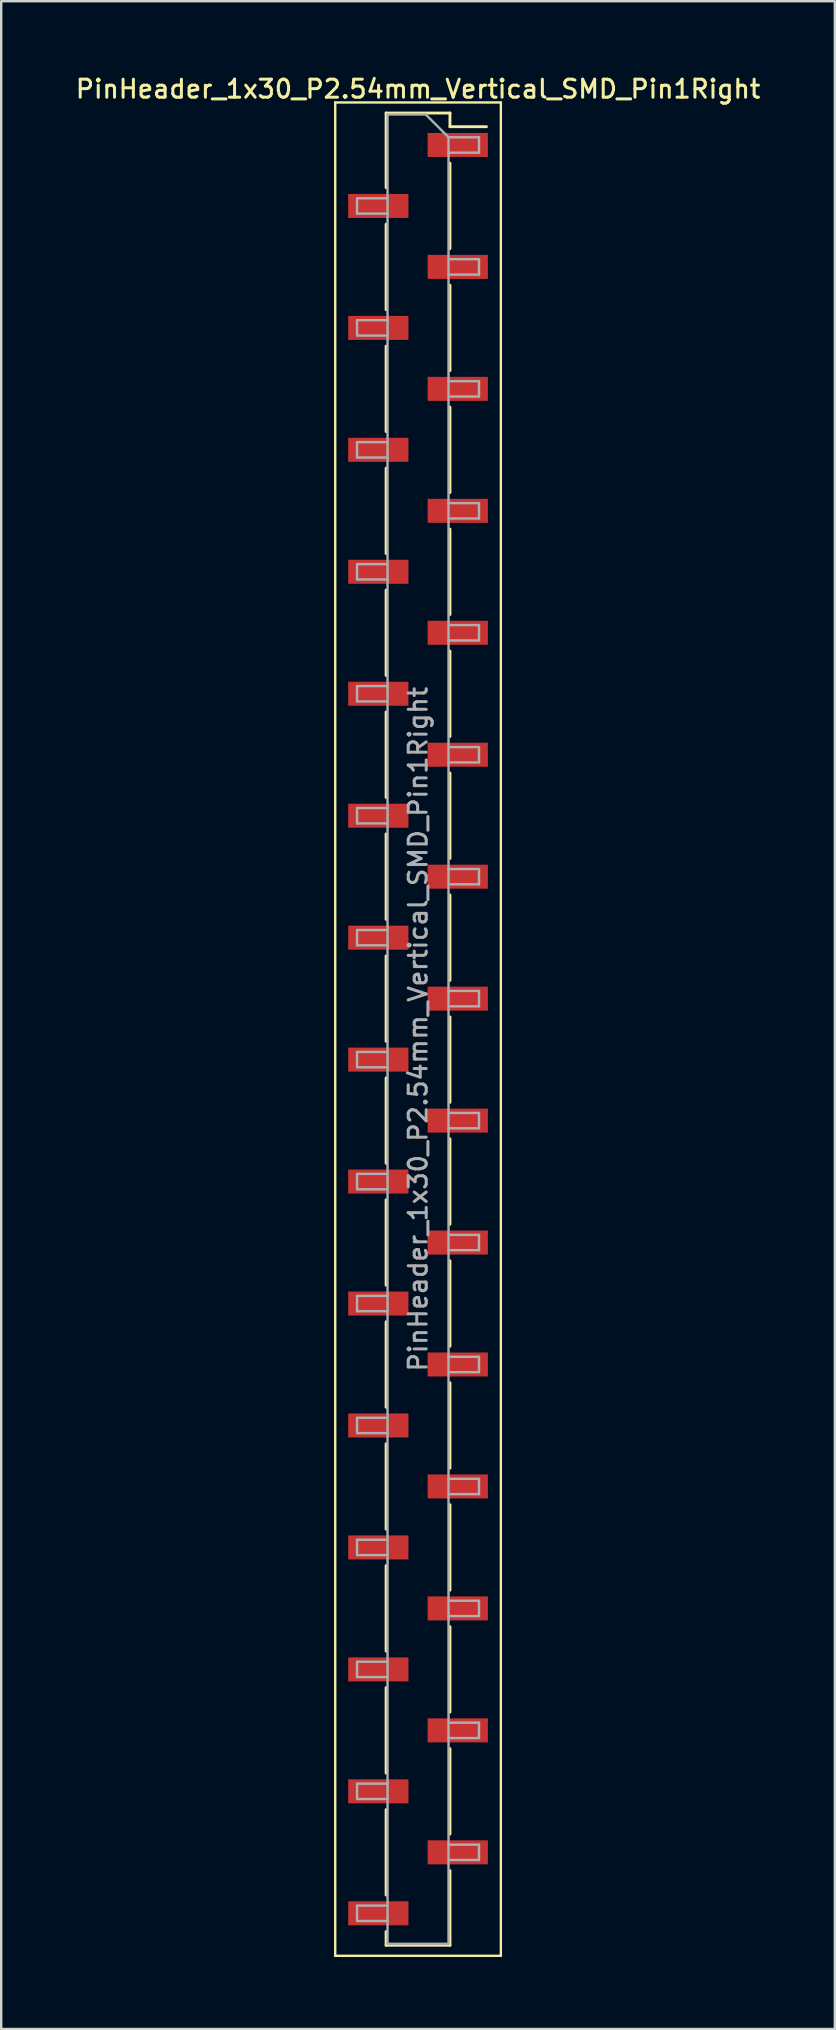
<source format=kicad_pcb>
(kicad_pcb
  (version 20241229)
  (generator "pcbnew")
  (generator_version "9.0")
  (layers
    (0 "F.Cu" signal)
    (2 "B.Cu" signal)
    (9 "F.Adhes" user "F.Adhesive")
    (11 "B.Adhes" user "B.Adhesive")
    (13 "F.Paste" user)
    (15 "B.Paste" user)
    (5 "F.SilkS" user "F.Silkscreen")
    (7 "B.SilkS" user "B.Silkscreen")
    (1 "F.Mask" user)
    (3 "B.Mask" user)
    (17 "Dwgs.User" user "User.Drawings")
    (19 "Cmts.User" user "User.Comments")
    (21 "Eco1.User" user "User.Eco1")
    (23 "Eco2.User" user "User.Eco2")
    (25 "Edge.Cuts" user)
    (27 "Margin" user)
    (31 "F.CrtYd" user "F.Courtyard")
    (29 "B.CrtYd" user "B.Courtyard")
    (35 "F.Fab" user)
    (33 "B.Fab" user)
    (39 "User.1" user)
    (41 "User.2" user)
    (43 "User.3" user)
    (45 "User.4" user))
  (footprint "PinHeader_1x30_P2.54mm_Vertical_SMD_Pin1Right"
    (layer "F.Cu")
    (at 14.363 39.818)
    (property "Reference" "PinHeader_1x30_P2.54mm_Vertical_SMD_Pin1Right" (at 0 -39.16 0) (layer "F.SilkS") (effects (font (size 0.75 0.75) (thickness 0.125))))
    (attr smd)
    (fp_line (start -3.45 -38.6) (end -3.45 38.6) (stroke (width 0.1) (type solid)) (layer "F.SilkS"))
    (fp_line (start -3.45 38.6) (end 3.45 38.6) (stroke (width 0.1) (type solid)) (layer "F.SilkS"))
    (fp_line (start -1.33 -38.16) (end -1.33 -35.05) (stroke (width 0.12) (type solid)) (layer "F.SilkS"))
    (fp_line (start -1.33 -38.16) (end 1.33 -38.16) (stroke (width 0.12) (type solid)) (layer "F.SilkS"))
    (fp_line (start -1.33 -33.53) (end -1.33 -29.97) (stroke (width 0.12) (type solid)) (layer "F.SilkS"))
    (fp_line (start -1.33 -28.45) (end -1.33 -24.89) (stroke (width 0.12) (type solid)) (layer "F.SilkS"))
    (fp_line (start -1.33 -23.37) (end -1.33 -19.81) (stroke (width 0.12) (type solid)) (layer "F.SilkS"))
    (fp_line (start -1.33 -18.29) (end -1.33 -14.73) (stroke (width 0.12) (type solid)) (layer "F.SilkS"))
    (fp_line (start -1.33 -13.21) (end -1.33 -9.65) (stroke (width 0.12) (type solid)) (layer "F.SilkS"))
    (fp_line (start -1.33 -8.13) (end -1.33 -4.57) (stroke (width 0.12) (type solid)) (layer "F.SilkS"))
    (fp_line (start -1.33 -3.05) (end -1.33 0.51) (stroke (width 0.12) (type solid)) (layer "F.SilkS"))
    (fp_line (start -1.33 2.03) (end -1.33 5.59) (stroke (width 0.12) (type solid)) (layer "F.SilkS"))
    (fp_line (start -1.33 7.11) (end -1.33 10.67) (stroke (width 0.12) (type solid)) (layer "F.SilkS"))
    (fp_line (start -1.33 12.19) (end -1.33 15.75) (stroke (width 0.12) (type solid)) (layer "F.SilkS"))
    (fp_line (start -1.33 17.27) (end -1.33 20.83) (stroke (width 0.12) (type solid)) (layer "F.SilkS"))
    (fp_line (start -1.33 22.35) (end -1.33 25.91) (stroke (width 0.12) (type solid)) (layer "F.SilkS"))
    (fp_line (start -1.33 27.43) (end -1.33 30.99) (stroke (width 0.12) (type solid)) (layer "F.SilkS"))
    (fp_line (start -1.33 32.51) (end -1.33 36.07) (stroke (width 0.12) (type solid)) (layer "F.SilkS"))
    (fp_line (start -1.33 37.59) (end -1.33 38.16) (stroke (width 0.12) (type solid)) (layer "F.SilkS"))
    (fp_line (start -1.33 38.16) (end 1.33 38.16) (stroke (width 0.12) (type solid)) (layer "F.SilkS"))
    (fp_line (start 1.33 -38.16) (end 1.33 -37.59) (stroke (width 0.12) (type solid)) (layer "F.SilkS"))
    (fp_line (start 1.33 -37.59) (end 2.85 -37.59) (stroke (width 0.12) (type solid)) (layer "F.SilkS"))
    (fp_line (start 1.33 -36.07) (end 1.33 -32.51) (stroke (width 0.12) (type solid)) (layer "F.SilkS"))
    (fp_line (start 1.33 -30.99) (end 1.33 -27.43) (stroke (width 0.12) (type solid)) (layer "F.SilkS"))
    (fp_line (start 1.33 -25.91) (end 1.33 -22.35) (stroke (width 0.12) (type solid)) (layer "F.SilkS"))
    (fp_line (start 1.33 -20.83) (end 1.33 -17.27) (stroke (width 0.12) (type solid)) (layer "F.SilkS"))
    (fp_line (start 1.33 -15.75) (end 1.33 -12.19) (stroke (width 0.12) (type solid)) (layer "F.SilkS"))
    (fp_line (start 1.33 -10.67) (end 1.33 -7.11) (stroke (width 0.12) (type solid)) (layer "F.SilkS"))
    (fp_line (start 1.33 -5.59) (end 1.33 -2.03) (stroke (width 0.12) (type solid)) (layer "F.SilkS"))
    (fp_line (start 1.33 -0.51) (end 1.33 3.05) (stroke (width 0.12) (type solid)) (layer "F.SilkS"))
    (fp_line (start 1.33 4.57) (end 1.33 8.13) (stroke (width 0.12) (type solid)) (layer "F.SilkS"))
    (fp_line (start 1.33 9.65) (end 1.33 13.21) (stroke (width 0.12) (type solid)) (layer "F.SilkS"))
    (fp_line (start 1.33 14.73) (end 1.33 18.29) (stroke (width 0.12) (type solid)) (layer "F.SilkS"))
    (fp_line (start 1.33 19.81) (end 1.33 23.37) (stroke (width 0.12) (type solid)) (layer "F.SilkS"))
    (fp_line (start 1.33 24.89) (end 1.33 28.45) (stroke (width 0.12) (type solid)) (layer "F.SilkS"))
    (fp_line (start 1.33 29.97) (end 1.33 33.53) (stroke (width 0.12) (type solid)) (layer "F.SilkS"))
    (fp_line (start 1.33 35.05) (end 1.33 38.16) (stroke (width 0.12) (type solid)) (layer "F.SilkS"))
    (fp_line (start 3.45 -38.6) (end -3.45 -38.6) (stroke (width 0.1) (type solid)) (layer "F.SilkS"))
    (fp_line (start 3.45 38.6) (end 3.45 -38.6) (stroke (width 0.1) (type solid)) (layer "F.SilkS"))
    (fp_line (start -2.54 -34.61) (end -2.54 -33.97) (stroke (width 0.1) (type solid)) (layer "F.Fab"))
    (fp_line (start -2.54 -33.97) (end -1.27 -33.97) (stroke (width 0.1) (type solid)) (layer "F.Fab"))
    (fp_line (start -2.54 -29.53) (end -2.54 -28.89) (stroke (width 0.1) (type solid)) (layer "F.Fab"))
    (fp_line (start -2.54 -28.89) (end -1.27 -28.89) (stroke (width 0.1) (type solid)) (layer "F.Fab"))
    (fp_line (start -2.54 -24.45) (end -2.54 -23.81) (stroke (width 0.1) (type solid)) (layer "F.Fab"))
    (fp_line (start -2.54 -23.81) (end -1.27 -23.81) (stroke (width 0.1) (type solid)) (layer "F.Fab"))
    (fp_line (start -2.54 -19.37) (end -2.54 -18.73) (stroke (width 0.1) (type solid)) (layer "F.Fab"))
    (fp_line (start -2.54 -18.73) (end -1.27 -18.73) (stroke (width 0.1) (type solid)) (layer "F.Fab"))
    (fp_line (start -2.54 -14.29) (end -2.54 -13.65) (stroke (width 0.1) (type solid)) (layer "F.Fab"))
    (fp_line (start -2.54 -13.65) (end -1.27 -13.65) (stroke (width 0.1) (type solid)) (layer "F.Fab"))
    (fp_line (start -2.54 -9.21) (end -2.54 -8.57) (stroke (width 0.1) (type solid)) (layer "F.Fab"))
    (fp_line (start -2.54 -8.57) (end -1.27 -8.57) (stroke (width 0.1) (type solid)) (layer "F.Fab"))
    (fp_line (start -2.54 -4.13) (end -2.54 -3.49) (stroke (width 0.1) (type solid)) (layer "F.Fab"))
    (fp_line (start -2.54 -3.49) (end -1.27 -3.49) (stroke (width 0.1) (type solid)) (layer "F.Fab"))
    (fp_line (start -2.54 0.95) (end -2.54 1.59) (stroke (width 0.1) (type solid)) (layer "F.Fab"))
    (fp_line (start -2.54 1.59) (end -1.27 1.59) (stroke (width 0.1) (type solid)) (layer "F.Fab"))
    (fp_line (start -2.54 6.03) (end -2.54 6.67) (stroke (width 0.1) (type solid)) (layer "F.Fab"))
    (fp_line (start -2.54 6.67) (end -1.27 6.67) (stroke (width 0.1) (type solid)) (layer "F.Fab"))
    (fp_line (start -2.54 11.11) (end -2.54 11.75) (stroke (width 0.1) (type solid)) (layer "F.Fab"))
    (fp_line (start -2.54 11.75) (end -1.27 11.75) (stroke (width 0.1) (type solid)) (layer "F.Fab"))
    (fp_line (start -2.54 16.19) (end -2.54 16.83) (stroke (width 0.1) (type solid)) (layer "F.Fab"))
    (fp_line (start -2.54 16.83) (end -1.27 16.83) (stroke (width 0.1) (type solid)) (layer "F.Fab"))
    (fp_line (start -2.54 21.27) (end -2.54 21.91) (stroke (width 0.1) (type solid)) (layer "F.Fab"))
    (fp_line (start -2.54 21.91) (end -1.27 21.91) (stroke (width 0.1) (type solid)) (layer "F.Fab"))
    (fp_line (start -2.54 26.35) (end -2.54 26.99) (stroke (width 0.1) (type solid)) (layer "F.Fab"))
    (fp_line (start -2.54 26.99) (end -1.27 26.99) (stroke (width 0.1) (type solid)) (layer "F.Fab"))
    (fp_line (start -2.54 31.43) (end -2.54 32.07) (stroke (width 0.1) (type solid)) (layer "F.Fab"))
    (fp_line (start -2.54 32.07) (end -1.27 32.07) (stroke (width 0.1) (type solid)) (layer "F.Fab"))
    (fp_line (start -2.54 36.51) (end -2.54 37.15) (stroke (width 0.1) (type solid)) (layer "F.Fab"))
    (fp_line (start -2.54 37.15) (end -1.27 37.15) (stroke (width 0.1) (type solid)) (layer "F.Fab"))
    (fp_line (start -1.27 -38.1) (end -1.27 38.1) (stroke (width 0.1) (type solid)) (layer "F.Fab"))
    (fp_line (start -1.27 -38.1) (end 0.32 -38.1) (stroke (width 0.1) (type solid)) (layer "F.Fab"))
    (fp_line (start -1.27 -34.61) (end -2.54 -34.61) (stroke (width 0.1) (type solid)) (layer "F.Fab"))
    (fp_line (start -1.27 -29.53) (end -2.54 -29.53) (stroke (width 0.1) (type solid)) (layer "F.Fab"))
    (fp_line (start -1.27 -24.45) (end -2.54 -24.45) (stroke (width 0.1) (type solid)) (layer "F.Fab"))
    (fp_line (start -1.27 -19.37) (end -2.54 -19.37) (stroke (width 0.1) (type solid)) (layer "F.Fab"))
    (fp_line (start -1.27 -14.29) (end -2.54 -14.29) (stroke (width 0.1) (type solid)) (layer "F.Fab"))
    (fp_line (start -1.27 -9.21) (end -2.54 -9.21) (stroke (width 0.1) (type solid)) (layer "F.Fab"))
    (fp_line (start -1.27 -4.13) (end -2.54 -4.13) (stroke (width 0.1) (type solid)) (layer "F.Fab"))
    (fp_line (start -1.27 0.95) (end -2.54 0.95) (stroke (width 0.1) (type solid)) (layer "F.Fab"))
    (fp_line (start -1.27 6.03) (end -2.54 6.03) (stroke (width 0.1) (type solid)) (layer "F.Fab"))
    (fp_line (start -1.27 11.11) (end -2.54 11.11) (stroke (width 0.1) (type solid)) (layer "F.Fab"))
    (fp_line (start -1.27 16.19) (end -2.54 16.19) (stroke (width 0.1) (type solid)) (layer "F.Fab"))
    (fp_line (start -1.27 21.27) (end -2.54 21.27) (stroke (width 0.1) (type solid)) (layer "F.Fab"))
    (fp_line (start -1.27 26.35) (end -2.54 26.35) (stroke (width 0.1) (type solid)) (layer "F.Fab"))
    (fp_line (start -1.27 31.43) (end -2.54 31.43) (stroke (width 0.1) (type solid)) (layer "F.Fab"))
    (fp_line (start -1.27 36.51) (end -2.54 36.51) (stroke (width 0.1) (type solid)) (layer "F.Fab"))
    (fp_line (start 1.27 -37.15) (end 0.32 -38.1) (stroke (width 0.1) (type solid)) (layer "F.Fab"))
    (fp_line (start 1.27 -37.15) (end 2.54 -37.15) (stroke (width 0.1) (type solid)) (layer "F.Fab"))
    (fp_line (start 1.27 -32.07) (end 2.54 -32.07) (stroke (width 0.1) (type solid)) (layer "F.Fab"))
    (fp_line (start 1.27 -26.99) (end 2.54 -26.99) (stroke (width 0.1) (type solid)) (layer "F.Fab"))
    (fp_line (start 1.27 -21.91) (end 2.54 -21.91) (stroke (width 0.1) (type solid)) (layer "F.Fab"))
    (fp_line (start 1.27 -16.83) (end 2.54 -16.83) (stroke (width 0.1) (type solid)) (layer "F.Fab"))
    (fp_line (start 1.27 -11.75) (end 2.54 -11.75) (stroke (width 0.1) (type solid)) (layer "F.Fab"))
    (fp_line (start 1.27 -6.67) (end 2.54 -6.67) (stroke (width 0.1) (type solid)) (layer "F.Fab"))
    (fp_line (start 1.27 -1.59) (end 2.54 -1.59) (stroke (width 0.1) (type solid)) (layer "F.Fab"))
    (fp_line (start 1.27 3.49) (end 2.54 3.49) (stroke (width 0.1) (type solid)) (layer "F.Fab"))
    (fp_line (start 1.27 8.57) (end 2.54 8.57) (stroke (width 0.1) (type solid)) (layer "F.Fab"))
    (fp_line (start 1.27 13.65) (end 2.54 13.65) (stroke (width 0.1) (type solid)) (layer "F.Fab"))
    (fp_line (start 1.27 18.73) (end 2.54 18.73) (stroke (width 0.1) (type solid)) (layer "F.Fab"))
    (fp_line (start 1.27 23.81) (end 2.54 23.81) (stroke (width 0.1) (type solid)) (layer "F.Fab"))
    (fp_line (start 1.27 28.89) (end 2.54 28.89) (stroke (width 0.1) (type solid)) (layer "F.Fab"))
    (fp_line (start 1.27 33.97) (end 2.54 33.97) (stroke (width 0.1) (type solid)) (layer "F.Fab"))
    (fp_line (start 1.27 38.1) (end -1.27 38.1) (stroke (width 0.1) (type solid)) (layer "F.Fab"))
    (fp_line (start 1.27 38.1) (end 1.27 -37.15) (stroke (width 0.1) (type solid)) (layer "F.Fab"))
    (fp_line (start 2.54 -37.15) (end 2.54 -36.51) (stroke (width 0.1) (type solid)) (layer "F.Fab"))
    (fp_line (start 2.54 -36.51) (end 1.27 -36.51) (stroke (width 0.1) (type solid)) (layer "F.Fab"))
    (fp_line (start 2.54 -32.07) (end 2.54 -31.43) (stroke (width 0.1) (type solid)) (layer "F.Fab"))
    (fp_line (start 2.54 -31.43) (end 1.27 -31.43) (stroke (width 0.1) (type solid)) (layer "F.Fab"))
    (fp_line (start 2.54 -26.99) (end 2.54 -26.35) (stroke (width 0.1) (type solid)) (layer "F.Fab"))
    (fp_line (start 2.54 -26.35) (end 1.27 -26.35) (stroke (width 0.1) (type solid)) (layer "F.Fab"))
    (fp_line (start 2.54 -21.91) (end 2.54 -21.27) (stroke (width 0.1) (type solid)) (layer "F.Fab"))
    (fp_line (start 2.54 -21.27) (end 1.27 -21.27) (stroke (width 0.1) (type solid)) (layer "F.Fab"))
    (fp_line (start 2.54 -16.83) (end 2.54 -16.19) (stroke (width 0.1) (type solid)) (layer "F.Fab"))
    (fp_line (start 2.54 -16.19) (end 1.27 -16.19) (stroke (width 0.1) (type solid)) (layer "F.Fab"))
    (fp_line (start 2.54 -11.75) (end 2.54 -11.11) (stroke (width 0.1) (type solid)) (layer "F.Fab"))
    (fp_line (start 2.54 -11.11) (end 1.27 -11.11) (stroke (width 0.1) (type solid)) (layer "F.Fab"))
    (fp_line (start 2.54 -6.67) (end 2.54 -6.03) (stroke (width 0.1) (type solid)) (layer "F.Fab"))
    (fp_line (start 2.54 -6.03) (end 1.27 -6.03) (stroke (width 0.1) (type solid)) (layer "F.Fab"))
    (fp_line (start 2.54 -1.59) (end 2.54 -0.95) (stroke (width 0.1) (type solid)) (layer "F.Fab"))
    (fp_line (start 2.54 -0.95) (end 1.27 -0.95) (stroke (width 0.1) (type solid)) (layer "F.Fab"))
    (fp_line (start 2.54 3.49) (end 2.54 4.13) (stroke (width 0.1) (type solid)) (layer "F.Fab"))
    (fp_line (start 2.54 4.13) (end 1.27 4.13) (stroke (width 0.1) (type solid)) (layer "F.Fab"))
    (fp_line (start 2.54 8.57) (end 2.54 9.21) (stroke (width 0.1) (type solid)) (layer "F.Fab"))
    (fp_line (start 2.54 9.21) (end 1.27 9.21) (stroke (width 0.1) (type solid)) (layer "F.Fab"))
    (fp_line (start 2.54 13.65) (end 2.54 14.29) (stroke (width 0.1) (type solid)) (layer "F.Fab"))
    (fp_line (start 2.54 14.29) (end 1.27 14.29) (stroke (width 0.1) (type solid)) (layer "F.Fab"))
    (fp_line (start 2.54 18.73) (end 2.54 19.37) (stroke (width 0.1) (type solid)) (layer "F.Fab"))
    (fp_line (start 2.54 19.37) (end 1.27 19.37) (stroke (width 0.1) (type solid)) (layer "F.Fab"))
    (fp_line (start 2.54 23.81) (end 2.54 24.45) (stroke (width 0.1) (type solid)) (layer "F.Fab"))
    (fp_line (start 2.54 24.45) (end 1.27 24.45) (stroke (width 0.1) (type solid)) (layer "F.Fab"))
    (fp_line (start 2.54 28.89) (end 2.54 29.53) (stroke (width 0.1) (type solid)) (layer "F.Fab"))
    (fp_line (start 2.54 29.53) (end 1.27 29.53) (stroke (width 0.1) (type solid)) (layer "F.Fab"))
    (fp_line (start 2.54 33.97) (end 2.54 34.61) (stroke (width 0.1) (type solid)) (layer "F.Fab"))
    (fp_line (start 2.54 34.61) (end 1.27 34.61) (stroke (width 0.1) (type solid)) (layer "F.Fab"))
    (fp_text user "${REFERENCE}" (at 0 0 90) (layer "F.Fab") (effects (font (size 0.75 0.75) (thickness 0.125))))
    (pad "1" smd rect (at 1.655 -36.83) (size 2.51 1) (layers "F.Cu" "F.Mask" "F.Paste"))
    (pad "2" smd rect (at -1.655 -34.29) (size 2.51 1) (layers "F.Cu" "F.Mask" "F.Paste"))
    (pad "3" smd rect (at 1.655 -31.75) (size 2.51 1) (layers "F.Cu" "F.Mask" "F.Paste"))
    (pad "4" smd rect (at -1.655 -29.21) (size 2.51 1) (layers "F.Cu" "F.Mask" "F.Paste"))
    (pad "5" smd rect (at 1.655 -26.67) (size 2.51 1) (layers "F.Cu" "F.Mask" "F.Paste"))
    (pad "6" smd rect (at -1.655 -24.13) (size 2.51 1) (layers "F.Cu" "F.Mask" "F.Paste"))
    (pad "7" smd rect (at 1.655 -21.59) (size 2.51 1) (layers "F.Cu" "F.Mask" "F.Paste"))
    (pad "8" smd rect (at -1.655 -19.05) (size 2.51 1) (layers "F.Cu" "F.Mask" "F.Paste"))
    (pad "9" smd rect (at 1.655 -16.51) (size 2.51 1) (layers "F.Cu" "F.Mask" "F.Paste"))
    (pad "10" smd rect (at -1.655 -13.97) (size 2.51 1) (layers "F.Cu" "F.Mask" "F.Paste"))
    (pad "11" smd rect (at 1.655 -11.43) (size 2.51 1) (layers "F.Cu" "F.Mask" "F.Paste"))
    (pad "12" smd rect (at -1.655 -8.89) (size 2.51 1) (layers "F.Cu" "F.Mask" "F.Paste"))
    (pad "13" smd rect (at 1.655 -6.35) (size 2.51 1) (layers "F.Cu" "F.Mask" "F.Paste"))
    (pad "14" smd rect (at -1.655 -3.81) (size 2.51 1) (layers "F.Cu" "F.Mask" "F.Paste"))
    (pad "15" smd rect (at 1.655 -1.27) (size 2.51 1) (layers "F.Cu" "F.Mask" "F.Paste"))
    (pad "16" smd rect (at -1.655 1.27) (size 2.51 1) (layers "F.Cu" "F.Mask" "F.Paste"))
    (pad "17" smd rect (at 1.655 3.81) (size 2.51 1) (layers "F.Cu" "F.Mask" "F.Paste"))
    (pad "18" smd rect (at -1.655 6.35) (size 2.51 1) (layers "F.Cu" "F.Mask" "F.Paste"))
    (pad "19" smd rect (at 1.655 8.89) (size 2.51 1) (layers "F.Cu" "F.Mask" "F.Paste"))
    (pad "20" smd rect (at -1.655 11.43) (size 2.51 1) (layers "F.Cu" "F.Mask" "F.Paste"))
    (pad "21" smd rect (at 1.655 13.97) (size 2.51 1) (layers "F.Cu" "F.Mask" "F.Paste"))
    (pad "22" smd rect (at -1.655 16.51) (size 2.51 1) (layers "F.Cu" "F.Mask" "F.Paste"))
    (pad "23" smd rect (at 1.655 19.05) (size 2.51 1) (layers "F.Cu" "F.Mask" "F.Paste"))
    (pad "24" smd rect (at -1.655 21.59) (size 2.51 1) (layers "F.Cu" "F.Mask" "F.Paste"))
    (pad "25" smd rect (at 1.655 24.13) (size 2.51 1) (layers "F.Cu" "F.Mask" "F.Paste"))
    (pad "26" smd rect (at -1.655 26.67) (size 2.51 1) (layers "F.Cu" "F.Mask" "F.Paste"))
    (pad "27" smd rect (at 1.655 29.21) (size 2.51 1) (layers "F.Cu" "F.Mask" "F.Paste"))
    (pad "28" smd rect (at -1.655 31.75) (size 2.51 1) (layers "F.Cu" "F.Mask" "F.Paste"))
    (pad "29" smd rect (at 1.655 34.29) (size 2.51 1) (layers "F.Cu" "F.Mask" "F.Paste"))
    (pad "30" smd rect (at -1.655 36.83) (size 2.51 1) (layers "F.Cu" "F.Mask" "F.Paste")))
  (gr_rect
    (start -3 -3)
    (end 31.725 81.468)
    (stroke (width 0.1) (type default))
    (fill no)
    (layer "Edge.Cuts")))
</source>
